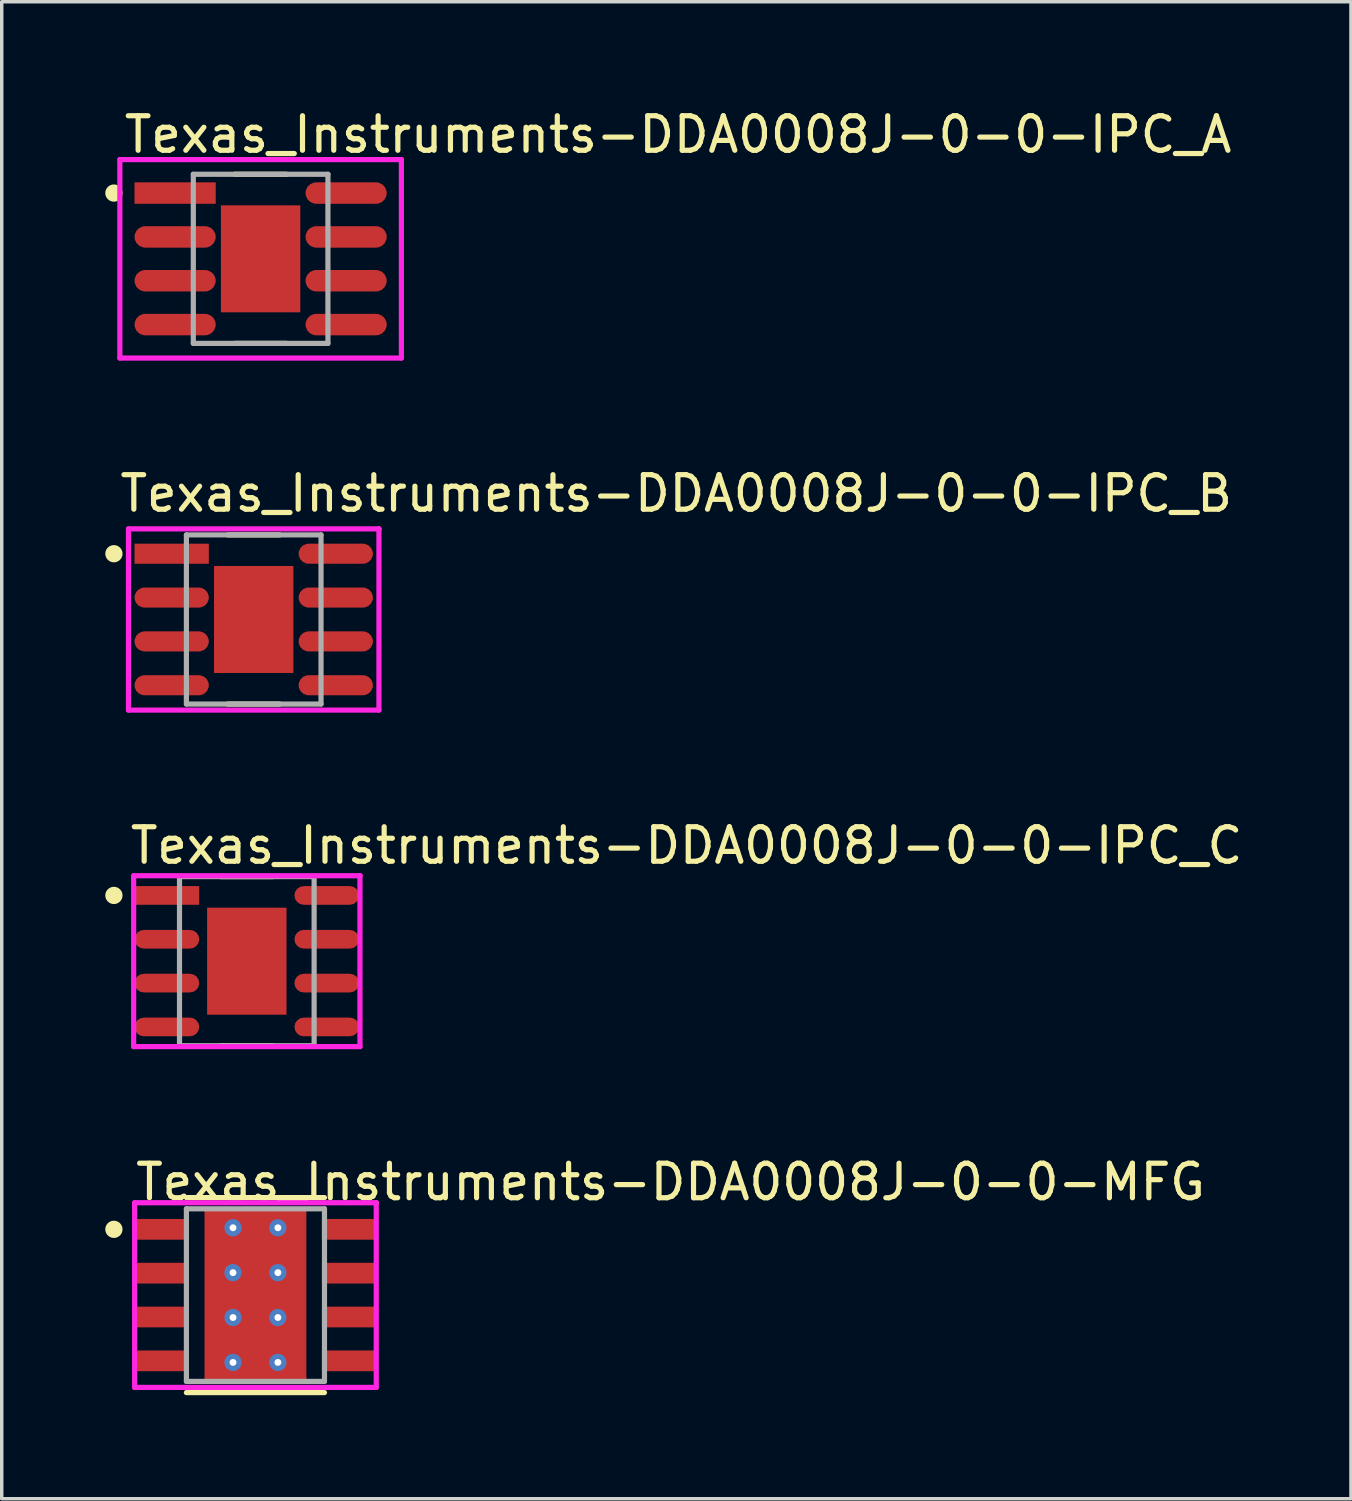
<source format=kicad_pcb>
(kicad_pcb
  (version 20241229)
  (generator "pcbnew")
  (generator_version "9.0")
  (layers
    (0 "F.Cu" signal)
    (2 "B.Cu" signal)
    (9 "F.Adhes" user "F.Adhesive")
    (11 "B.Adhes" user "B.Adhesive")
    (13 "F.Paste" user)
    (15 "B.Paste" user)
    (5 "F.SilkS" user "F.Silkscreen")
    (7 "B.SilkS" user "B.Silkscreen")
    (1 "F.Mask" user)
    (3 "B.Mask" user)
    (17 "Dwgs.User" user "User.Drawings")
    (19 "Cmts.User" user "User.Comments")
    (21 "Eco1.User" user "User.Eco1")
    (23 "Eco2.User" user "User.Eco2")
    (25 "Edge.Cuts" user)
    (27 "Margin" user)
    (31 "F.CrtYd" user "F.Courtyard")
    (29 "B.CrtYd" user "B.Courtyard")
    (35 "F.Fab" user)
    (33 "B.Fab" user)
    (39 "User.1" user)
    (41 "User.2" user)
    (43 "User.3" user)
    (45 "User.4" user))
  (footprint "Texas_Instruments-DDA0008J-0-0-IPC_A"
    (layer "F.Cu")
    (at 4.5 4.448)
    (property "Reference" "Texas_Instruments-DDA0008J-0-0-IPC_A" (at -4.028 -3.6 0) (layer "F.SilkS") (effects (font (size 1 1) (thickness 0.15)) (justify left)))
    (attr through_hole)
    (fp_line (start 0.75 -2.45) (end -0.75 -2.45) (stroke (width 0.15) (type solid)) (layer "F.SilkS"))
    (fp_line (start 0.75 2.45) (end -0.75 2.45) (stroke (width 0.15) (type solid)) (layer "F.SilkS"))
    (fp_circle (center -4.25 -1.905) (end -4.125 -1.905) (stroke (width 0.25) (type solid)) (fill no) (layer "F.SilkS"))
    (fp_poly (pts (xy -0.668 -1.068) (xy 0.668 -1.068) (xy 0.668 1.068) (xy -0.668 1.068)) (stroke (width 0) (type solid)) (fill yes) (layer "F.Paste"))
    (fp_line (start -4.078 -2.875) (end -4.078 2.875) (stroke (width 0.15) (type solid)) (layer "F.CrtYd"))
    (fp_line (start -4.078 2.875) (end 4.078 2.875) (stroke (width 0.15) (type solid)) (layer "F.CrtYd"))
    (fp_line (start 4.078 -2.875) (end -4.078 -2.875) (stroke (width 0.15) (type solid)) (layer "F.CrtYd"))
    (fp_line (start 4.078 -2.875) (end 4.078 -2.875) (stroke (width 0.15) (type solid)) (layer "F.CrtYd"))
    (fp_line (start 4.078 2.875) (end 4.078 -2.875) (stroke (width 0.15) (type solid)) (layer "F.CrtYd"))
    (fp_line (start -1.95 -2.45) (end 1.95 -2.45) (stroke (width 0.15) (type solid)) (layer "F.Fab"))
    (fp_line (start -1.95 2.45) (end -1.95 -2.45) (stroke (width 0.15) (type solid)) (layer "F.Fab"))
    (fp_line (start 1.95 -2.45) (end 1.95 2.45) (stroke (width 0.15) (type solid)) (layer "F.Fab"))
    (fp_line (start 1.95 2.45) (end -1.95 2.45) (stroke (width 0.15) (type solid)) (layer "F.Fab"))
    (pad "1" smd rect (at -2.477 -1.905) (size 2.353 0.622) (layers "F.Cu" "F.Mask" "F.Paste"))
    (pad "2" smd roundrect (at -2.477 -0.635) (size 2.353 0.622) (layers "F.Cu" "F.Mask" "F.Paste") (roundrect_rratio 0.5))
    (pad "3" smd roundrect (at -2.477 0.635) (size 2.353 0.622) (layers "F.Cu" "F.Mask" "F.Paste") (roundrect_rratio 0.5))
    (pad "4" smd roundrect (at -2.477 1.905) (size 2.353 0.622) (layers "F.Cu" "F.Mask" "F.Paste") (roundrect_rratio 0.5))
    (pad "5" smd roundrect (at 2.477 1.905) (size 2.353 0.622) (layers "F.Cu" "F.Mask" "F.Paste") (roundrect_rratio 0.5))
    (pad "6" smd roundrect (at 2.477 0.635) (size 2.353 0.622) (layers "F.Cu" "F.Mask" "F.Paste") (roundrect_rratio 0.5))
    (pad "7" smd roundrect (at 2.477 -0.635) (size 2.353 0.622) (layers "F.Cu" "F.Mask" "F.Paste") (roundrect_rratio 0.5))
    (pad "8" smd roundrect (at 2.477 -1.905) (size 2.353 0.622) (layers "F.Cu" "F.Mask" "F.Paste") (roundrect_rratio 0.5))
    (pad "9" smd rect (at 0 0) (size 2.3 3.1) (layers "F.Cu" "F.Mask")))
  (footprint "Texas_Instruments-DDA0008J-0-0-IPC_B"
    (layer "F.Cu")
    (at 4.3 14.896)
    (property "Reference" "Texas_Instruments-DDA0008J-0-0-IPC_B" (at -3.953 -3.65 0) (layer "F.SilkS") (effects (font (size 1 1) (thickness 0.15)) (justify left)))
    (attr through_hole)
    (fp_line (start 0.75 -2.45) (end -0.75 -2.45) (stroke (width 0.15) (type solid)) (layer "F.SilkS"))
    (fp_line (start 0.75 2.45) (end -0.75 2.45) (stroke (width 0.15) (type solid)) (layer "F.SilkS"))
    (fp_circle (center -4.05 -1.905) (end -3.925 -1.905) (stroke (width 0.25) (type solid)) (fill no) (layer "F.SilkS"))
    (fp_poly (pts (xy -0.668 -1.068) (xy 0.668 -1.068) (xy 0.668 1.068) (xy -0.668 1.068)) (stroke (width 0) (type solid)) (fill yes) (layer "F.Paste"))
    (fp_line (start -3.628 -2.625) (end -3.628 2.625) (stroke (width 0.15) (type solid)) (layer "F.CrtYd"))
    (fp_line (start -3.628 2.625) (end 3.628 2.625) (stroke (width 0.15) (type solid)) (layer "F.CrtYd"))
    (fp_line (start 3.628 -2.625) (end -3.628 -2.625) (stroke (width 0.15) (type solid)) (layer "F.CrtYd"))
    (fp_line (start 3.628 -2.625) (end 3.628 -2.625) (stroke (width 0.15) (type solid)) (layer "F.CrtYd"))
    (fp_line (start 3.628 2.625) (end 3.628 -2.625) (stroke (width 0.15) (type solid)) (layer "F.CrtYd"))
    (fp_line (start -1.95 -2.45) (end 1.95 -2.45) (stroke (width 0.15) (type solid)) (layer "F.Fab"))
    (fp_line (start -1.95 2.45) (end -1.95 -2.45) (stroke (width 0.15) (type solid)) (layer "F.Fab"))
    (fp_line (start 1.95 -2.45) (end 1.95 2.45) (stroke (width 0.15) (type solid)) (layer "F.Fab"))
    (fp_line (start 1.95 2.45) (end -1.95 2.45) (stroke (width 0.15) (type solid)) (layer "F.Fab"))
    (pad "1" smd rect (at -2.377 -1.905) (size 2.153 0.582) (layers "F.Cu" "F.Mask" "F.Paste"))
    (pad "2" smd roundrect (at -2.377 -0.635) (size 2.153 0.582) (layers "F.Cu" "F.Mask" "F.Paste") (roundrect_rratio 0.5))
    (pad "3" smd roundrect (at -2.377 0.635) (size 2.153 0.582) (layers "F.Cu" "F.Mask" "F.Paste") (roundrect_rratio 0.5))
    (pad "4" smd roundrect (at -2.377 1.905) (size 2.153 0.582) (layers "F.Cu" "F.Mask" "F.Paste") (roundrect_rratio 0.5))
    (pad "5" smd roundrect (at 2.377 1.905) (size 2.153 0.582) (layers "F.Cu" "F.Mask" "F.Paste") (roundrect_rratio 0.5))
    (pad "6" smd roundrect (at 2.377 0.635) (size 2.153 0.582) (layers "F.Cu" "F.Mask" "F.Paste") (roundrect_rratio 0.5))
    (pad "7" smd roundrect (at 2.377 -0.635) (size 2.153 0.582) (layers "F.Cu" "F.Mask" "F.Paste") (roundrect_rratio 0.5))
    (pad "8" smd roundrect (at 2.377 -1.905) (size 2.153 0.582) (layers "F.Cu" "F.Mask" "F.Paste") (roundrect_rratio 0.5))
    (pad "9" smd rect (at 0 0) (size 2.3 3.1) (layers "F.Cu" "F.Mask")))
  (footprint "Texas_Instruments-DDA0008J-0-0-MFG"
    (layer "F.Cu")
    (at 4.35 34.468)
    (property "Reference" "Texas_Instruments-DDA0008J-0-0-MFG" (at -3.55 -3.275 0) (layer "F.SilkS") (effects (font (size 1 1) (thickness 0.15)) (justify left)))
    (attr through_hole)
    (fp_line (start 2 -2.825) (end -2 -2.825) (stroke (width 0.15) (type solid)) (layer "F.SilkS"))
    (fp_line (start 2 2.825) (end -2 2.825) (stroke (width 0.15) (type solid)) (layer "F.SilkS"))
    (fp_circle (center -4.1 -1.905) (end -3.975 -1.905) (stroke (width 0.25) (type solid)) (fill no) (layer "F.SilkS"))
    (fp_line (start -3.5 -2.675) (end -3.5 2.675) (stroke (width 0.15) (type solid)) (layer "F.CrtYd"))
    (fp_line (start -3.5 2.675) (end 3.5 2.675) (stroke (width 0.15) (type solid)) (layer "F.CrtYd"))
    (fp_line (start 3.5 -2.675) (end -3.5 -2.675) (stroke (width 0.15) (type solid)) (layer "F.CrtYd"))
    (fp_line (start 3.5 -2.675) (end 3.5 -2.675) (stroke (width 0.15) (type solid)) (layer "F.CrtYd"))
    (fp_line (start 3.5 2.675) (end 3.5 -2.675) (stroke (width 0.15) (type solid)) (layer "F.CrtYd"))
    (fp_line (start -2 -2.5) (end 2 -2.5) (stroke (width 0.15) (type solid)) (layer "F.Fab"))
    (fp_line (start -2 2.5) (end -2 -2.5) (stroke (width 0.15) (type solid)) (layer "F.Fab"))
    (fp_line (start 2 -2.5) (end 2 2.5) (stroke (width 0.15) (type solid)) (layer "F.Fab"))
    (fp_line (start 2 2.5) (end -2 2.5) (stroke (width 0.15) (type solid)) (layer "F.Fab"))
    (pad "" smd rect (at 0 0) (size 2.6 3.1) (layers "F.Mask" "F.Paste"))
    (pad "1" smd rect (at -2.7 -1.905) (size 1.55 0.6) (layers "F.Cu" "F.Mask" "F.Paste"))
    (pad "2" smd rect (at -2.7 -0.635) (size 1.55 0.6) (layers "F.Cu" "F.Mask" "F.Paste"))
    (pad "3" smd rect (at -2.7 0.635) (size 1.55 0.6) (layers "F.Cu" "F.Mask" "F.Paste"))
    (pad "4" smd rect (at -2.7 1.905) (size 1.55 0.6) (layers "F.Cu" "F.Mask" "F.Paste"))
    (pad "5" smd rect (at 2.7 1.905) (size 1.55 0.6) (layers "F.Cu" "F.Mask" "F.Paste"))
    (pad "6" smd rect (at 2.7 0.635) (size 1.55 0.6) (layers "F.Cu" "F.Mask" "F.Paste"))
    (pad "7" smd rect (at 2.7 -0.635) (size 1.55 0.6) (layers "F.Cu" "F.Mask" "F.Paste"))
    (pad "8" smd rect (at 2.7 -1.905) (size 1.55 0.6) (layers "F.Cu" "F.Mask" "F.Paste"))
    (pad "9" smd rect (at 0 0) (size 2.95 4.9) (layers "F.Cu"))
    (pad "~" thru_hole circle (at -0.65 -1.95) (size 0.5 0.5) (drill 0.2) (layers "*.Cu"))
    (pad "~" thru_hole circle (at -0.65 -0.65) (size 0.5 0.5) (drill 0.2) (layers "*.Cu"))
    (pad "~" thru_hole circle (at -0.65 0.65) (size 0.5 0.5) (drill 0.2) (layers "*.Cu"))
    (pad "~" thru_hole circle (at -0.65 1.95) (size 0.5 0.5) (drill 0.2) (layers "*.Cu"))
    (pad "~" thru_hole circle (at 0.65 -1.95) (size 0.5 0.5) (drill 0.2) (layers "*.Cu"))
    (pad "~" thru_hole circle (at 0.65 -0.65) (size 0.5 0.5) (drill 0.2) (layers "*.Cu"))
    (pad "~" thru_hole circle (at 0.65 0.65) (size 0.5 0.5) (drill 0.2) (layers "*.Cu"))
    (pad "~" thru_hole circle (at 0.65 1.95) (size 0.5 0.5) (drill 0.2) (layers "*.Cu")))
  (footprint "Texas_Instruments-DDA0008J-0-0-IPC_C"
    (layer "F.Cu")
    (at 4.1 24.795)
    (property "Reference" "Texas_Instruments-DDA0008J-0-0-IPC_C" (at -3.453 -3.35 0) (layer "F.SilkS") (effects (font (size 1 1) (thickness 0.15)) (justify left)))
    (attr through_hole)
    (fp_line (start -0.75 -2.45) (end 0.75 -2.45) (stroke (width 0.15) (type solid)) (layer "F.SilkS"))
    (fp_line (start 0.75 2.45) (end -0.75 2.45) (stroke (width 0.15) (type solid)) (layer "F.SilkS"))
    (fp_circle (center -3.85 -1.905) (end -3.725 -1.905) (stroke (width 0.25) (type solid)) (fill no) (layer "F.SilkS"))
    (fp_poly (pts (xy -0.668 -1.068) (xy 0.668 -1.068) (xy 0.668 1.068) (xy -0.668 1.068)) (stroke (width 0) (type solid)) (fill yes) (layer "F.Paste"))
    (fp_line (start -3.278 -2.475) (end -3.278 2.475) (stroke (width 0.15) (type solid)) (layer "F.CrtYd"))
    (fp_line (start -3.278 2.475) (end 3.278 2.475) (stroke (width 0.15) (type solid)) (layer "F.CrtYd"))
    (fp_line (start 3.278 -2.475) (end -3.278 -2.475) (stroke (width 0.15) (type solid)) (layer "F.CrtYd"))
    (fp_line (start 3.278 -2.475) (end 3.278 -2.475) (stroke (width 0.15) (type solid)) (layer "F.CrtYd"))
    (fp_line (start 3.278 2.475) (end 3.278 -2.475) (stroke (width 0.15) (type solid)) (layer "F.CrtYd"))
    (fp_line (start -1.95 -2.45) (end 1.95 -2.45) (stroke (width 0.15) (type solid)) (layer "F.Fab"))
    (fp_line (start -1.95 2.45) (end -1.95 -2.45) (stroke (width 0.15) (type solid)) (layer "F.Fab"))
    (fp_line (start 1.95 -2.45) (end 1.95 2.45) (stroke (width 0.15) (type solid)) (layer "F.Fab"))
    (fp_line (start 1.95 2.45) (end -1.95 2.45) (stroke (width 0.15) (type solid)) (layer "F.Fab"))
    (pad "1" smd rect (at -2.316 -1.905) (size 1.874 0.542) (layers "F.Cu" "F.Mask" "F.Paste"))
    (pad "2" smd roundrect (at -2.316 -0.635) (size 1.874 0.542) (layers "F.Cu" "F.Mask" "F.Paste") (roundrect_rratio 0.5))
    (pad "3" smd roundrect (at -2.316 0.635) (size 1.874 0.542) (layers "F.Cu" "F.Mask" "F.Paste") (roundrect_rratio 0.5))
    (pad "4" smd roundrect (at -2.316 1.905) (size 1.874 0.542) (layers "F.Cu" "F.Mask" "F.Paste") (roundrect_rratio 0.5))
    (pad "5" smd roundrect (at 2.316 1.905) (size 1.874 0.542) (layers "F.Cu" "F.Mask" "F.Paste") (roundrect_rratio 0.5))
    (pad "6" smd roundrect (at 2.316 0.635) (size 1.874 0.542) (layers "F.Cu" "F.Mask" "F.Paste") (roundrect_rratio 0.5))
    (pad "7" smd roundrect (at 2.316 -0.635) (size 1.874 0.542) (layers "F.Cu" "F.Mask" "F.Paste") (roundrect_rratio 0.5))
    (pad "8" smd roundrect (at 2.316 -1.905) (size 1.874 0.542) (layers "F.Cu" "F.Mask" "F.Paste") (roundrect_rratio 0.5))
    (pad "9" smd rect (at 0 0) (size 2.3 3.1) (layers "F.Cu" "F.Mask")))
  (gr_rect
    (start -3 -3)
    (end 36.087 40.368)
    (stroke (width 0.1) (type default))
    (fill no)
    (layer "Edge.Cuts")))
</source>
